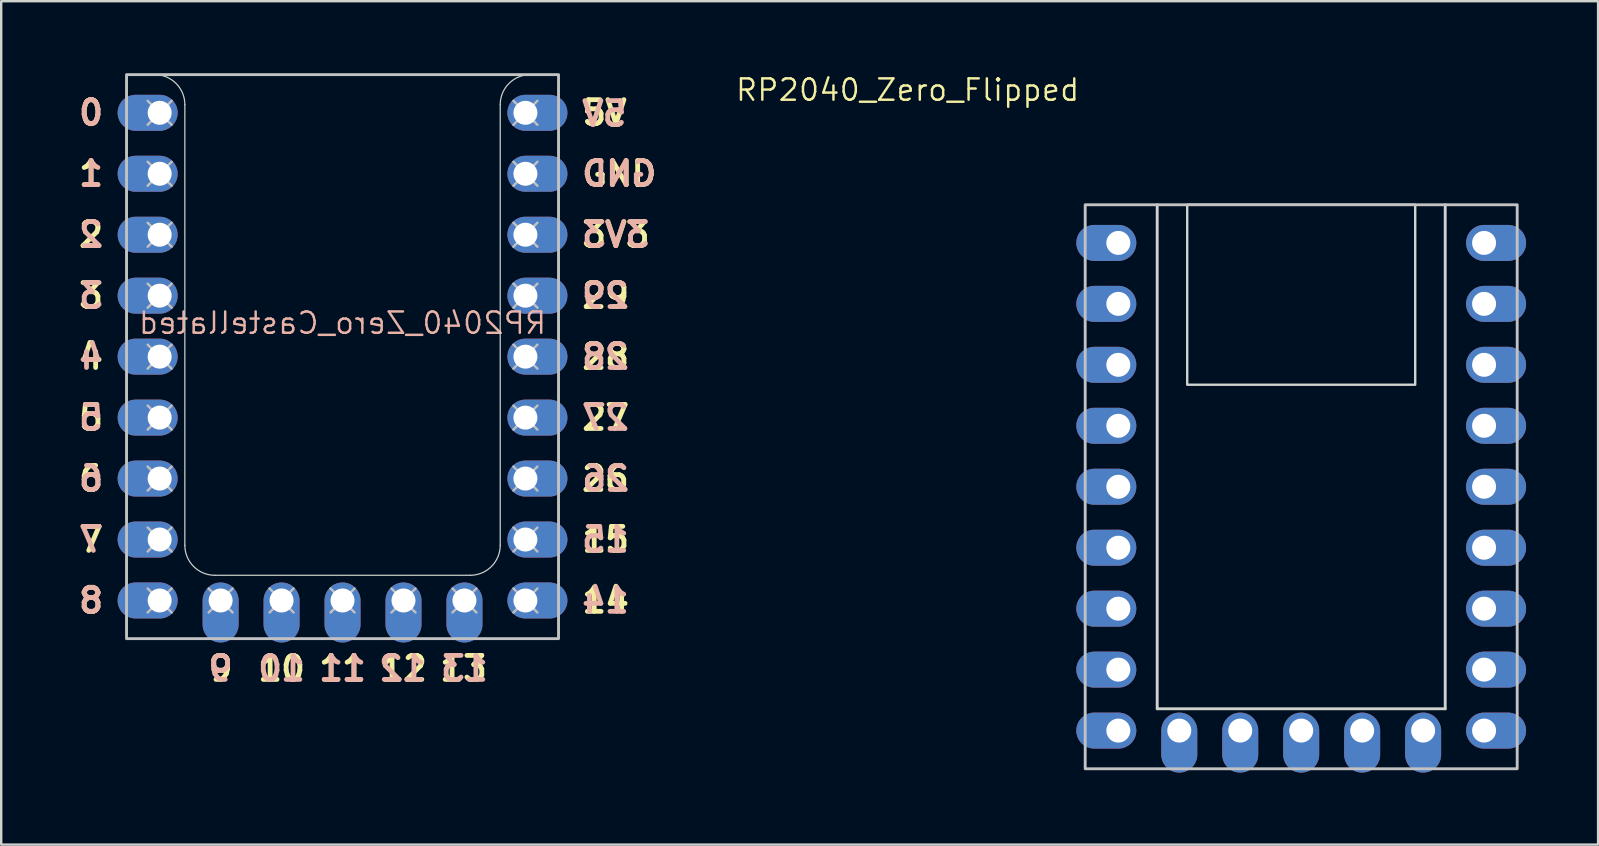
<source format=kicad_pcb>
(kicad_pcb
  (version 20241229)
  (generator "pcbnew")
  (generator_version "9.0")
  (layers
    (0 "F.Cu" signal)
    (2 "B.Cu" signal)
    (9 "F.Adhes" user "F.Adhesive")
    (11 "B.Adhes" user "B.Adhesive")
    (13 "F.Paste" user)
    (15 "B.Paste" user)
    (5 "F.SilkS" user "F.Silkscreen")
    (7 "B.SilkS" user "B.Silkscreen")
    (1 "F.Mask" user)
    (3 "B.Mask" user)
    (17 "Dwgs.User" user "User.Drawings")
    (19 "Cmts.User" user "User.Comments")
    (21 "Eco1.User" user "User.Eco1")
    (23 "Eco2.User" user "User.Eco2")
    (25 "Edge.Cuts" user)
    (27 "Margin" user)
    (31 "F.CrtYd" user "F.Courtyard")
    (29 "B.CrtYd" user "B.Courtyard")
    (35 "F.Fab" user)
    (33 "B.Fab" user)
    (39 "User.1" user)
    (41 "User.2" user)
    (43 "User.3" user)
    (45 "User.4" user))
  (footprint "RP2040_Zero_Castellated"
    (layer "F.Cu")
    (at 11.222 11.81)
    (property "Reference" "RP2040_Zero_Castellated" (at 0 -1.4 0) (layer "B.SilkS") (effects (font (size 0.889 0.889) (thickness 0.102)) (justify mirror)))
    (attr through_hole exclude_from_pos_files)
    (fp_line (start -8.12 -10.66) (end -7.12 -9.66) (stroke (width 0.1) (type default)) (layer "Dwgs.User"))
    (fp_line (start -8.12 -9.66) (end -7.12 -10.66) (stroke (width 0.1) (type default)) (layer "Dwgs.User"))
    (fp_line (start -8.12 -8.12) (end -7.12 -7.12) (stroke (width 0.1) (type default)) (layer "Dwgs.User"))
    (fp_line (start -8.12 -7.12) (end -7.12 -8.12) (stroke (width 0.1) (type default)) (layer "Dwgs.User"))
    (fp_line (start -8.12 -5.58) (end -7.12 -4.58) (stroke (width 0.1) (type default)) (layer "Dwgs.User"))
    (fp_line (start -8.12 -4.58) (end -7.12 -5.58) (stroke (width 0.1) (type default)) (layer "Dwgs.User"))
    (fp_line (start -8.12 -3.04) (end -7.12 -2.04) (stroke (width 0.1) (type default)) (layer "Dwgs.User"))
    (fp_line (start -8.12 -2.04) (end -7.12 -3.04) (stroke (width 0.1) (type default)) (layer "Dwgs.User"))
    (fp_line (start -8.12 -0.5) (end -7.12 0.5) (stroke (width 0.1) (type default)) (layer "Dwgs.User"))
    (fp_line (start -8.12 0.5) (end -7.12 -0.5) (stroke (width 0.1) (type default)) (layer "Dwgs.User"))
    (fp_line (start -8.12 2.04) (end -7.12 3.04) (stroke (width 0.1) (type default)) (layer "Dwgs.User"))
    (fp_line (start -8.12 3.04) (end -7.12 2.04) (stroke (width 0.1) (type default)) (layer "Dwgs.User"))
    (fp_line (start -8.12 4.58) (end -7.12 5.58) (stroke (width 0.1) (type default)) (layer "Dwgs.User"))
    (fp_line (start -8.12 5.58) (end -7.12 4.58) (stroke (width 0.1) (type default)) (layer "Dwgs.User"))
    (fp_line (start -8.12 7.12) (end -7.12 8.12) (stroke (width 0.1) (type default)) (layer "Dwgs.User"))
    (fp_line (start -8.12 8.12) (end -7.12 7.12) (stroke (width 0.1) (type default)) (layer "Dwgs.User"))
    (fp_line (start -8.12 9.66) (end -7.12 10.66) (stroke (width 0.1) (type default)) (layer "Dwgs.User"))
    (fp_line (start -8.12 10.66) (end -7.12 9.66) (stroke (width 0.1) (type default)) (layer "Dwgs.User"))
    (fp_line (start -5.58 9.66) (end -4.58 10.66) (stroke (width 0.1) (type default)) (layer "Dwgs.User"))
    (fp_line (start -4.58 9.66) (end -5.58 10.66) (stroke (width 0.1) (type default)) (layer "Dwgs.User"))
    (fp_line (start -3.04 9.66) (end -2.04 10.66) (stroke (width 0.1) (type default)) (layer "Dwgs.User"))
    (fp_line (start -2.04 9.66) (end -3.04 10.66) (stroke (width 0.1) (type default)) (layer "Dwgs.User"))
    (fp_line (start -0.5 9.66) (end 0.5 10.66) (stroke (width 0.1) (type default)) (layer "Dwgs.User"))
    (fp_line (start 0.5 9.66) (end -0.5 10.66) (stroke (width 0.1) (type default)) (layer "Dwgs.User"))
    (fp_line (start 2.04 9.66) (end 3.04 10.66) (stroke (width 0.1) (type default)) (layer "Dwgs.User"))
    (fp_line (start 3.04 9.66) (end 2.04 10.66) (stroke (width 0.1) (type default)) (layer "Dwgs.User"))
    (fp_line (start 4.58 9.66) (end 5.58 10.66) (stroke (width 0.1) (type default)) (layer "Dwgs.User"))
    (fp_line (start 5.58 9.66) (end 4.58 10.66) (stroke (width 0.1) (type default)) (layer "Dwgs.User"))
    (fp_line (start 7.12 -10.66) (end 8.12 -9.66) (stroke (width 0.1) (type default)) (layer "Dwgs.User"))
    (fp_line (start 7.12 -9.66) (end 8.12 -10.66) (stroke (width 0.1) (type default)) (layer "Dwgs.User"))
    (fp_line (start 7.12 -8.12) (end 8.12 -7.12) (stroke (width 0.1) (type default)) (layer "Dwgs.User"))
    (fp_line (start 7.12 -7.12) (end 8.12 -8.12) (stroke (width 0.1) (type default)) (layer "Dwgs.User"))
    (fp_line (start 7.12 -5.58) (end 8.12 -4.58) (stroke (width 0.1) (type default)) (layer "Dwgs.User"))
    (fp_line (start 7.12 -4.58) (end 8.12 -5.58) (stroke (width 0.1) (type default)) (layer "Dwgs.User"))
    (fp_line (start 7.12 -3.04) (end 8.12 -2.04) (stroke (width 0.1) (type default)) (layer "Dwgs.User"))
    (fp_line (start 7.12 -2.04) (end 8.12 -3.04) (stroke (width 0.1) (type default)) (layer "Dwgs.User"))
    (fp_line (start 7.12 -0.5) (end 8.12 0.5) (stroke (width 0.1) (type default)) (layer "Dwgs.User"))
    (fp_line (start 7.12 0.5) (end 8.12 -0.5) (stroke (width 0.1) (type default)) (layer "Dwgs.User"))
    (fp_line (start 7.12 2.04) (end 8.12 3.04) (stroke (width 0.1) (type default)) (layer "Dwgs.User"))
    (fp_line (start 7.12 3.04) (end 8.12 2.04) (stroke (width 0.1) (type default)) (layer "Dwgs.User"))
    (fp_line (start 7.12 4.58) (end 8.12 5.58) (stroke (width 0.1) (type default)) (layer "Dwgs.User"))
    (fp_line (start 7.12 5.58) (end 8.12 4.58) (stroke (width 0.1) (type default)) (layer "Dwgs.User"))
    (fp_line (start 7.12 7.12) (end 8.12 8.12) (stroke (width 0.1) (type default)) (layer "Dwgs.User"))
    (fp_line (start 7.12 8.12) (end 8.12 7.12) (stroke (width 0.1) (type default)) (layer "Dwgs.User"))
    (fp_line (start 7.12 9.66) (end 8.12 10.66) (stroke (width 0.1) (type default)) (layer "Dwgs.User"))
    (fp_line (start 7.12 10.66) (end 8.12 9.66) (stroke (width 0.1) (type default)) (layer "Dwgs.User"))
    (fp_rect (start -9 -11.75) (end 9 11.75) (stroke (width 0.12) (type solid)) (fill no) (layer "Dwgs.User"))
    (fp_line (start -6.57 7.86) (end -6.57 -10.5) (stroke (width 0.05) (type default)) (layer "Edge.Cuts"))
    (fp_line (start 5.32 9.11) (end -5.32 9.11) (stroke (width 0.05) (type default)) (layer "Edge.Cuts"))
    (fp_line (start 6.57 7.86) (end 6.57 -10.5) (stroke (width 0.05) (type default)) (layer "Edge.Cuts"))
    (fp_arc (start -7.82 -11.75) (mid -6.936117 -11.383883) (end -6.57 -10.5) (stroke (width 0.05) (type default)) (layer "Edge.Cuts"))
    (fp_arc (start -5.32 9.11) (mid -6.203883 8.743883) (end -6.57 7.86) (stroke (width 0.05) (type default)) (layer "Edge.Cuts"))
    (fp_arc (start 6.57 -10.5) (mid 6.936117 -11.383883) (end 7.82 -11.75) (stroke (width 0.05) (type default)) (layer "Edge.Cuts"))
    (fp_arc (start 6.57 7.86) (mid 6.203883 8.743883) (end 5.32 9.11) (stroke (width 0.05) (type default)) (layer "Edge.Cuts"))
    (fp_text user "10" (at -2.54 12.41 0) (unlocked yes) (layer "F.SilkS") (effects (font (size 1 1) (thickness 0.2) (bold yes)) (justify top)))
    (fp_text user "12" (at 2.54 12.41 0) (unlocked yes) (layer "F.SilkS") (effects (font (size 1 1) (thickness 0.2) (bold yes)) (justify top)))
    (fp_text user "15" (at 9.879 7.62 0) (unlocked yes) (layer "F.SilkS") (effects (font (size 1 1) (thickness 0.2) (bold yes)) (justify left)))
    (fp_text user "0" (at -9.87 -10.16 0) (unlocked yes) (layer "F.SilkS") (effects (font (size 1 1) (thickness 0.2) (bold yes)) (justify right)))
    (fp_text user "3V3" (at 9.879 -5.08 0) (unlocked yes) (layer "F.SilkS") (effects (font (size 1 1) (thickness 0.2) (bold yes)) (justify left)))
    (fp_text user "1" (at -9.87 -7.62 0) (unlocked yes) (layer "F.SilkS") (effects (font (size 1 1) (thickness 0.2) (bold yes)) (justify right)))
    (fp_text user "14" (at 9.879 10.16 0) (unlocked yes) (layer "F.SilkS") (effects (font (size 1 1) (thickness 0.2) (bold yes)) (justify left)))
    (fp_text user "5" (at -9.87 2.54 0) (unlocked yes) (layer "F.SilkS") (effects (font (size 1 1) (thickness 0.2) (bold yes)) (justify right)))
    (fp_text user "4" (at -9.87 0 0) (unlocked yes) (layer "F.SilkS") (effects (font (size 1 1) (thickness 0.2) (bold yes)) (justify right)))
    (fp_text user "9" (at -5.08 12.41 0) (unlocked yes) (layer "F.SilkS") (effects (font (size 1 1) (thickness 0.2) (bold yes)) (justify top)))
    (fp_text user "27" (at 9.879 2.54 0) (unlocked yes) (layer "F.SilkS") (effects (font (size 1 1) (thickness 0.2) (bold yes)) (justify left)))
    (fp_text user "GND" (at 9.879 -7.62 0) (unlocked yes) (layer "F.SilkS") (effects (font (size 1 1) (thickness 0.2) (bold yes)) (justify left)))
    (fp_text user "2" (at -9.87 -5.08 0) (unlocked yes) (layer "F.SilkS") (effects (font (size 1 1) (thickness 0.2) (bold yes)) (justify right)))
    (fp_text user "3" (at -9.87 -2.54 0) (unlocked yes) (layer "F.SilkS") (effects (font (size 1 1) (thickness 0.2) (bold yes)) (justify right)))
    (fp_text user "6" (at -9.87 5.08 0) (unlocked yes) (layer "F.SilkS") (effects (font (size 1 1) (thickness 0.2) (bold yes)) (justify right)))
    (fp_text user "29" (at 9.879 -2.54 0) (unlocked yes) (layer "F.SilkS") (effects (font (size 1 1) (thickness 0.2) (bold yes)) (justify left)))
    (fp_text user "26" (at 9.87 5.081 0) (unlocked yes) (layer "F.SilkS") (effects (font (size 1 1) (thickness 0.2) (bold yes)) (justify left)))
    (fp_text user "28" (at 9.879 0 0) (unlocked yes) (layer "F.SilkS") (effects (font (size 1 1) (thickness 0.2) (bold yes)) (justify left)))
    (fp_text user "7" (at -9.87 7.62 0) (unlocked yes) (layer "F.SilkS") (effects (font (size 1 1) (thickness 0.2) (bold yes)) (justify right)))
    (fp_text user "8" (at -9.87 10.16 0) (unlocked yes) (layer "F.SilkS") (effects (font (size 1 1) (thickness 0.2) (bold yes)) (justify right)))
    (fp_text user "13" (at 5.04 12.41 0) (unlocked yes) (layer "F.SilkS") (effects (font (size 1 1) (thickness 0.2) (bold yes)) (justify top)))
    (fp_text user "5V" (at 9.879 -10.16 0) (unlocked yes) (layer "F.SilkS") (effects (font (size 1 1) (thickness 0.2) (bold yes)) (justify left)))
    (fp_text user "11" (at 0 12.41 0) (unlocked yes) (layer "F.SilkS") (effects (font (size 1 1) (thickness 0.2) (bold yes)) (justify top)))
    (fp_text user "8" (at -9.87 10.16 0) (unlocked yes) (layer "B.SilkS") (effects (font (size 1 1) (thickness 0.2) (bold yes)) (justify left mirror)))
    (fp_text user "7" (at -9.87 7.62 0) (unlocked yes) (layer "B.SilkS") (effects (font (size 1 1) (thickness 0.2) (bold yes)) (justify left mirror)))
    (fp_text user "GND" (at 9.87 -7.62 0) (unlocked yes) (layer "B.SilkS") (effects (font (size 1 1) (thickness 0.2) (bold yes)) (justify right mirror)))
    (fp_text user "10" (at -2.54 12.41 0) (unlocked yes) (layer "B.SilkS") (effects (font (size 1 1) (thickness 0.2) (bold yes)) (justify top mirror)))
    (fp_text user "1" (at -9.87 -7.62 0) (unlocked yes) (layer "B.SilkS") (effects (font (size 1 1) (thickness 0.2) (bold yes)) (justify left mirror)))
    (fp_text user "9" (at -5.08 12.41 0) (unlocked yes) (layer "B.SilkS") (effects (font (size 1 1) (thickness 0.2) (bold yes)) (justify top mirror)))
    (fp_text user "15" (at 9.87 7.62 0) (unlocked yes) (layer "B.SilkS") (effects (font (size 1 1) (thickness 0.2) (bold yes)) (justify right mirror)))
    (fp_text user "3V3" (at 9.87 -5.08 0) (unlocked yes) (layer "B.SilkS") (effects (font (size 1 1) (thickness 0.2) (bold yes)) (justify right mirror)))
    (fp_text user "28" (at 9.87 0 0) (unlocked yes) (layer "B.SilkS") (effects (font (size 1 1) (thickness 0.2) (bold yes)) (justify right mirror)))
    (fp_text user "4" (at -9.87 0 0) (unlocked yes) (layer "B.SilkS") (effects (font (size 1 1) (thickness 0.2) (bold yes)) (justify left mirror)))
    (fp_text user "26" (at 9.879 5.081 0) (unlocked yes) (layer "B.SilkS") (effects (font (size 1 1) (thickness 0.2) (bold yes)) (justify right mirror)))
    (fp_text user "2" (at -9.87 -5.08 0) (unlocked yes) (layer "B.SilkS") (effects (font (size 1 1) (thickness 0.2) (bold yes)) (justify left mirror)))
    (fp_text user "3" (at -9.87 -2.54 0) (unlocked yes) (layer "B.SilkS") (effects (font (size 1 1) (thickness 0.2) (bold yes)) (justify left mirror)))
    (fp_text user "29" (at 9.87 -2.54 0) (unlocked yes) (layer "B.SilkS") (effects (font (size 1 1) (thickness 0.2) (bold yes)) (justify right mirror)))
    (fp_text user "5V" (at 9.87 -10.12 0) (unlocked yes) (layer "B.SilkS") (effects (font (size 1 1) (thickness 0.2) (bold yes)) (justify right mirror)))
    (fp_text user "6" (at -9.87 5.08 0) (unlocked yes) (layer "B.SilkS") (effects (font (size 1 1) (thickness 0.2) (bold yes)) (justify left mirror)))
    (fp_text user "27" (at 9.87 2.54 0) (unlocked yes) (layer "B.SilkS") (effects (font (size 1 1) (thickness 0.2) (bold yes)) (justify right mirror)))
    (fp_text user "14" (at 9.87 10.16 0) (unlocked yes) (layer "B.SilkS") (effects (font (size 1 1) (thickness 0.2) (bold yes)) (justify right mirror)))
    (fp_text user "13" (at 5.08 12.41 0) (unlocked yes) (layer "B.SilkS") (effects (font (size 1 1) (thickness 0.2) (bold yes)) (justify top mirror)))
    (fp_text user "11" (at 0 12.41 0) (unlocked yes) (layer "B.SilkS") (effects (font (size 1 1) (thickness 0.2) (bold yes)) (justify top mirror)))
    (fp_text user "12" (at 2.5 12.41 0) (unlocked yes) (layer "B.SilkS") (effects (font (size 1 1) (thickness 0.2) (bold yes)) (justify top mirror)))
    (fp_text user "5" (at -9.87 2.54 0) (unlocked yes) (layer "B.SilkS") (effects (font (size 1 1) (thickness 0.2) (bold yes)) (justify left mirror)))
    (fp_text user "0" (at -9.87 -10.16 0) (unlocked yes) (layer "B.SilkS") (effects (font (size 1 1) (thickness 0.2) (bold yes)) (justify left mirror)))
    (pad "1" thru_hole oval (at -7.62 -10.16 180) (size 2.5 1.5) (drill 1 (offset 0.5 0)) (layers "*.Cu" "*.Mask"))
    (pad "2" thru_hole oval (at -7.62 -7.62 180) (size 2.5 1.5) (drill 1 (offset 0.5 0)) (layers "*.Cu" "*.Mask"))
    (pad "3" thru_hole oval (at -7.62 -5.08 180) (size 2.5 1.5) (drill 1 (offset 0.5 0)) (layers "*.Cu" "*.Mask"))
    (pad "4" thru_hole oval (at -7.62 -2.54 180) (size 2.5 1.5) (drill 1 (offset 0.5 0)) (layers "*.Cu" "*.Mask"))
    (pad "5" thru_hole oval (at -7.62 0 180) (size 2.5 1.5) (drill 1 (offset 0.5 0)) (layers "*.Cu" "*.Mask"))
    (pad "6" thru_hole oval (at -7.62 2.54 180) (size 2.5 1.5) (drill 1 (offset 0.5 0)) (layers "*.Cu" "*.Mask"))
    (pad "7" thru_hole oval (at -7.62 5.08 180) (size 2.5 1.5) (drill 1 (offset 0.5 0)) (layers "*.Cu" "*.Mask"))
    (pad "8" thru_hole oval (at -7.62 7.62 180) (size 2.5 1.5) (drill 1 (offset 0.5 0)) (layers "*.Cu" "*.Mask"))
    (pad "9" thru_hole oval (at -7.62 10.16 180) (size 2.5 1.5) (drill 1 (offset 0.5 0)) (layers "*.Cu" "*.Mask"))
    (pad "10" thru_hole oval (at -5.08 10.16 270) (size 2.5 1.5) (drill 1 (offset 0.5 0)) (layers "*.Cu" "*.Mask"))
    (pad "11" thru_hole oval (at -2.54 10.16 270) (size 2.5 1.5) (drill 1 (offset 0.5 0)) (layers "*.Cu" "*.Mask"))
    (pad "12" thru_hole oval (at 0 10.16 270) (size 2.5 1.5) (drill 1 (offset 0.5 0)) (layers "*.Cu" "*.Mask"))
    (pad "13" thru_hole oval (at 2.54 10.16 270) (size 2.5 1.5) (drill 1 (offset 0.5 0)) (layers "*.Cu" "*.Mask"))
    (pad "14" thru_hole oval (at 5.08 10.16 270) (size 2.5 1.5) (drill 1 (offset 0.5 0)) (layers "*.Cu" "*.Mask"))
    (pad "15" thru_hole oval (at 7.62 10.16) (size 2.5 1.5) (drill 1 (offset 0.5 0)) (layers "*.Cu" "*.Mask"))
    (pad "16" thru_hole oval (at 7.62 7.62) (size 2.5 1.5) (drill 1 (offset 0.5 0)) (layers "*.Cu" "*.Mask"))
    (pad "17" thru_hole oval (at 7.62 5.08) (size 2.5 1.5) (drill 1 (offset 0.5 0)) (layers "*.Cu" "*.Mask"))
    (pad "18" thru_hole oval (at 7.62 2.54) (size 2.5 1.5) (drill 1 (offset 0.5 0)) (layers "*.Cu" "*.Mask"))
    (pad "19" thru_hole oval (at 7.62 0) (size 2.5 1.5) (drill 1 (offset 0.5 0)) (layers "*.Cu" "*.Mask"))
    (pad "20" thru_hole oval (at 7.62 -2.54) (size 2.5 1.5) (drill 1 (offset 0.5 0)) (layers "*.Cu" "*.Mask"))
    (pad "21" thru_hole oval (at 7.62 -5.08) (size 2.5 1.5) (drill 1 (offset 0.5 0)) (layers "*.Cu" "*.Mask"))
    (pad "22" thru_hole oval (at 7.62 -7.62) (size 2.5 1.5) (drill 1 (offset 0.5 0)) (layers "*.Cu" "*.Mask"))
    (pad "23" thru_hole oval (at 7.62 -10.16) (size 2.5 1.5) (drill 1 (offset 0.5 0)) (layers "*.Cu" "*.Mask")))
  (footprint "RP2040_Zero_Flipped"
    (layer "F.Cu")
    (at 51.166 17.231)
    (property "Reference" "RP2040_Zero_Flipped" (at -16.399 -16.533 0) (layer "F.SilkS") (effects (font (size 0.889 0.889) (thickness 0.102))))
    (attr through_hole exclude_from_pos_files)
    (fp_rect (start 9 -11.75) (end -9 11.75) (stroke (width 0.12) (type solid)) (fill no) (layer "Dwgs.User"))
    (fp_line (start -6 9.25) (end -6 -11.75) (stroke (width 0.12) (type solid)) (layer "Edge.Cuts"))
    (fp_line (start 6 -11.75) (end 6 9.25) (stroke (width 0.12) (type solid)) (layer "Edge.Cuts"))
    (fp_line (start 6 9.25) (end -6 9.25) (stroke (width 0.12) (type solid)) (layer "Edge.Cuts"))
    (fp_rect (start -4.75 -11.75) (end 4.75 -4.25) (stroke (width 0.1) (type default)) (fill no) (layer "Edge.Cuts"))
    (pad "1" thru_hole oval (at -7.62 -10.16 180) (size 2.5 1.5) (drill 1 (offset 0.5 0)) (layers "*.Cu" "*.Mask"))
    (pad "2" thru_hole oval (at -7.62 -7.62 180) (size 2.5 1.5) (drill 1 (offset 0.5 0)) (layers "*.Cu" "*.Mask"))
    (pad "3" thru_hole oval (at -7.62 -5.08 180) (size 2.5 1.5) (drill 1 (offset 0.5 0)) (layers "*.Cu" "*.Mask"))
    (pad "4" thru_hole oval (at -7.62 -2.54 180) (size 2.5 1.5) (drill 1 (offset 0.5 0)) (layers "*.Cu" "*.Mask"))
    (pad "5" thru_hole oval (at -7.62 0 180) (size 2.5 1.5) (drill 1 (offset 0.5 0)) (layers "*.Cu" "*.Mask"))
    (pad "6" thru_hole oval (at -7.62 2.54 180) (size 2.5 1.5) (drill 1 (offset 0.5 0)) (layers "*.Cu" "*.Mask"))
    (pad "7" thru_hole oval (at -7.62 5.08 180) (size 2.5 1.5) (drill 1 (offset 0.5 0)) (layers "*.Cu" "*.Mask"))
    (pad "8" thru_hole oval (at -7.62 7.62 180) (size 2.5 1.5) (drill 1 (offset 0.5 0)) (layers "*.Cu" "*.Mask"))
    (pad "9" thru_hole oval (at -7.62 10.16 180) (size 2.5 1.5) (drill 1 (offset 0.5 0)) (layers "*.Cu" "*.Mask"))
    (pad "10" thru_hole oval (at -5.08 10.16 270) (size 2.5 1.5) (drill 1 (offset 0.5 0)) (layers "*.Cu" "*.Mask"))
    (pad "11" thru_hole oval (at -2.54 10.16 270) (size 2.5 1.5) (drill 1 (offset 0.5 0)) (layers "*.Cu" "*.Mask"))
    (pad "12" thru_hole oval (at 0 10.16 270) (size 2.5 1.5) (drill 1 (offset 0.5 0)) (layers "*.Cu" "*.Mask"))
    (pad "13" thru_hole oval (at 2.54 10.16 270) (size 2.5 1.5) (drill 1 (offset 0.5 0)) (layers "*.Cu" "*.Mask"))
    (pad "14" thru_hole oval (at 5.08 10.16 270) (size 2.5 1.5) (drill 1 (offset 0.5 0)) (layers "*.Cu" "*.Mask"))
    (pad "15" thru_hole oval (at 7.62 10.16) (size 2.5 1.5) (drill 1 (offset 0.5 0)) (layers "*.Cu" "*.Mask"))
    (pad "16" thru_hole oval (at 7.62 7.62) (size 2.5 1.5) (drill 1 (offset 0.5 0)) (layers "*.Cu" "*.Mask"))
    (pad "17" thru_hole oval (at 7.62 5.08) (size 2.5 1.5) (drill 1 (offset 0.5 0)) (layers "*.Cu" "*.Mask"))
    (pad "18" thru_hole oval (at 7.62 2.54) (size 2.5 1.5) (drill 1 (offset 0.5 0)) (layers "*.Cu" "*.Mask"))
    (pad "19" thru_hole oval (at 7.62 0) (size 2.5 1.5) (drill 1 (offset 0.5 0)) (layers "*.Cu" "*.Mask"))
    (pad "20" thru_hole oval (at 7.62 -2.54) (size 2.5 1.5) (drill 1 (offset 0.5 0)) (layers "*.Cu" "*.Mask"))
    (pad "21" thru_hole oval (at 7.62 -5.08) (size 2.5 1.5) (drill 1 (offset 0.5 0)) (layers "*.Cu" "*.Mask"))
    (pad "22" thru_hole oval (at 7.62 -7.62) (size 2.5 1.5) (drill 1 (offset 0.5 0)) (layers "*.Cu" "*.Mask"))
    (pad "23" thru_hole oval (at 7.62 -10.16) (size 2.5 1.5) (drill 1 (offset 0.5 0)) (layers "*.Cu" "*.Mask")))
  (gr_rect
    (start -3 -3)
    (end 63.536 32.141)
    (stroke (width 0.1) (type default))
    (fill no)
    (layer "Edge.Cuts")))
</source>
